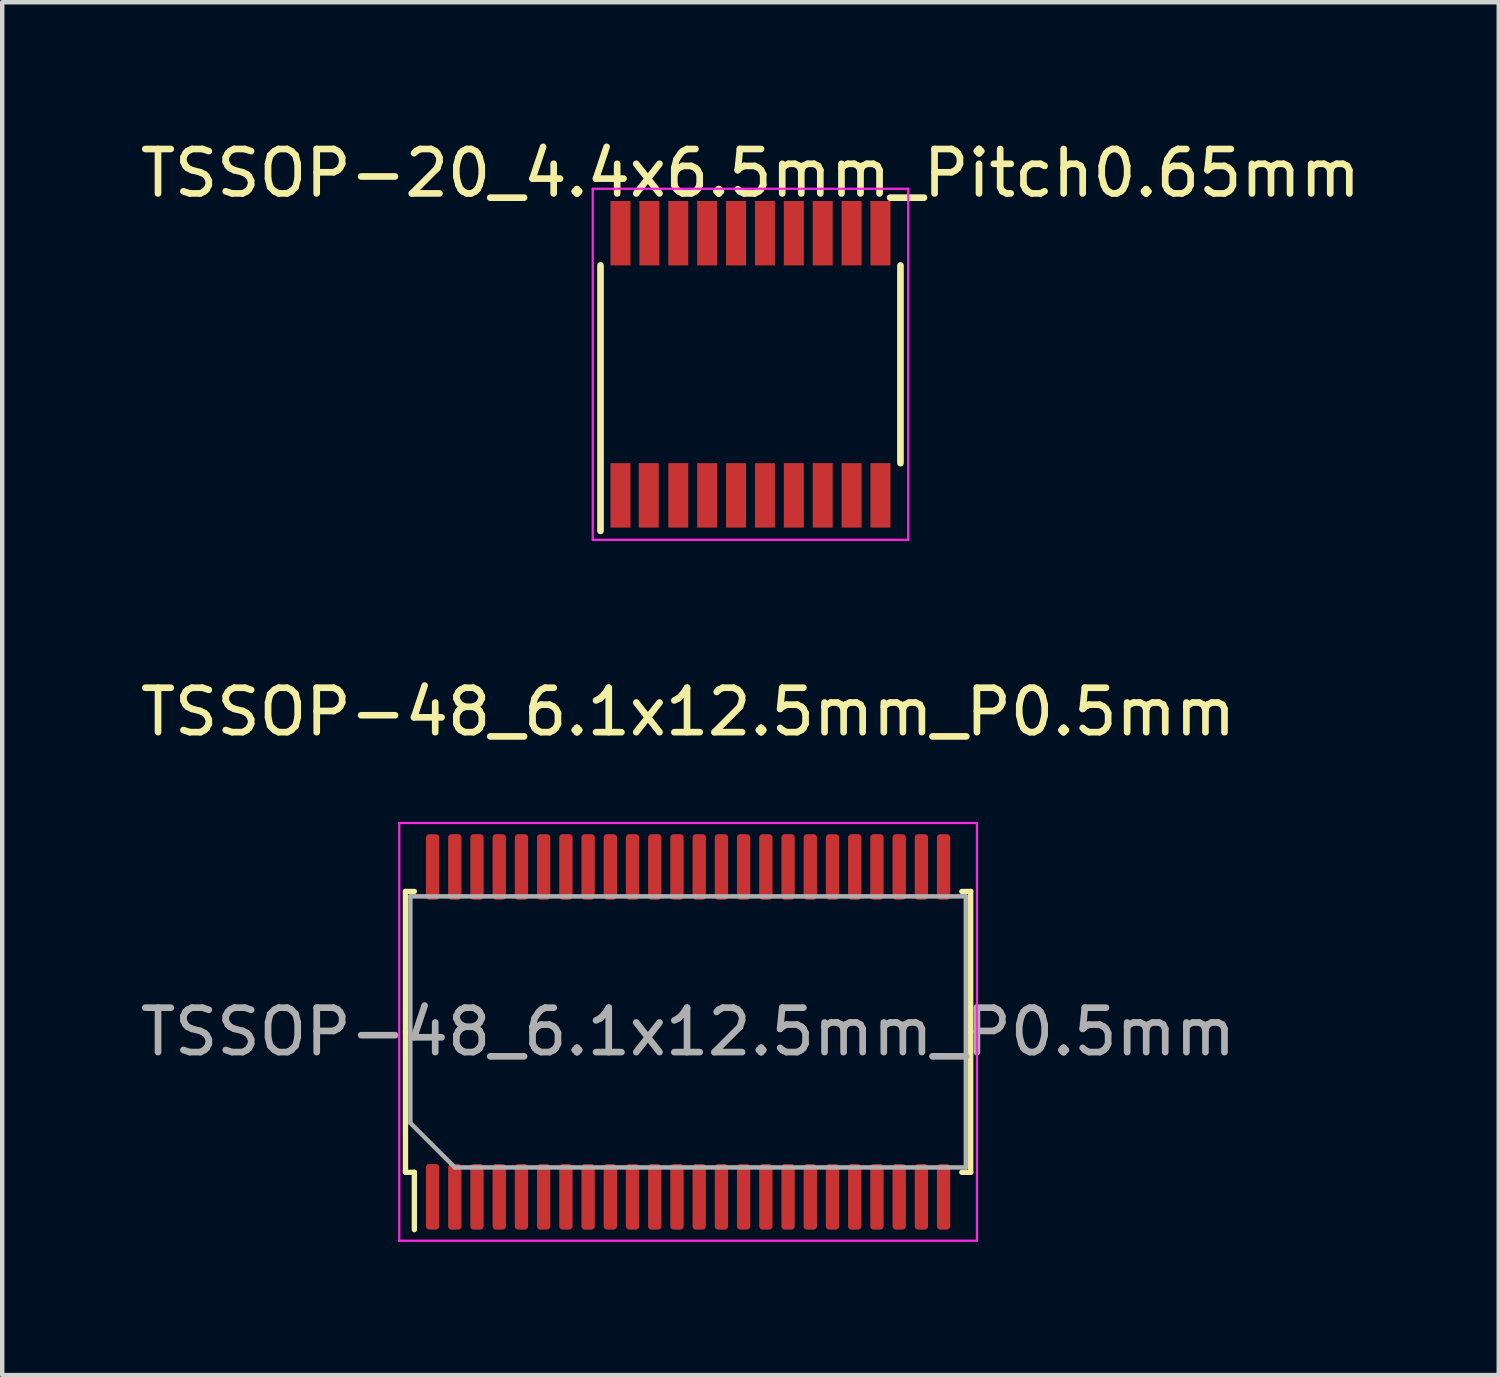
<source format=kicad_pcb>
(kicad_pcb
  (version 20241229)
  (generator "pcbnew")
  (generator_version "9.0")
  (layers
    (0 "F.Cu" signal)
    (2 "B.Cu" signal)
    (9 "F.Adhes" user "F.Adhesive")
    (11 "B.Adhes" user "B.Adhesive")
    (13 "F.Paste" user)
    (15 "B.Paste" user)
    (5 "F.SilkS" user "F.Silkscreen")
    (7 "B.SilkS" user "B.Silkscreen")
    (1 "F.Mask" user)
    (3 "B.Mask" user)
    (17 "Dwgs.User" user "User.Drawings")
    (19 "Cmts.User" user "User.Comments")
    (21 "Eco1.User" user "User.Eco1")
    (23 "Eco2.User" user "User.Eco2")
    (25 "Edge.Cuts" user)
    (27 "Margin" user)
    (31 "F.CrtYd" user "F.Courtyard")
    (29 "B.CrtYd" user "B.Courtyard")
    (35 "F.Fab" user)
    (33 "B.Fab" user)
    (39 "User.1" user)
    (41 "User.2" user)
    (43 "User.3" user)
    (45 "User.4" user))
  (footprint "TSSOP-20_4.4x6.5mm_Pitch0.65mm"
    (layer "F.Cu")
    (at 13.839 5.148)
    (property "Reference" "TSSOP-20_4.4x6.5mm_Pitch0.65mm" (at 0 -4.3 0) (layer "F.SilkS") (effects (font (size 1 1) (thickness 0.15))))
    (attr smd)
    (fp_line (start -3.375 3.75) (end -3.375 -2.225) (stroke (width 0.15) (type solid)) (layer "F.SilkS"))
    (fp_line (start 3.375 2.225) (end 3.375 -2.225) (stroke (width 0.15) (type solid)) (layer "F.SilkS"))
    (fp_line (start -3.55 -3.95) (end 3.55 -3.95) (stroke (width 0.05) (type solid)) (layer "F.CrtYd"))
    (fp_line (start -3.55 3.95) (end -3.55 -3.95) (stroke (width 0.05) (type solid)) (layer "F.CrtYd"))
    (fp_line (start -3.55 3.95) (end 3.55 3.95) (stroke (width 0.05) (type solid)) (layer "F.CrtYd"))
    (fp_line (start 3.55 3.95) (end 3.55 -3.95) (stroke (width 0.05) (type solid)) (layer "F.CrtYd"))
    (pad "1" smd rect (at -2.925 2.95 90) (size 1.45 0.45) (layers "F.Cu" "F.Mask" "F.Paste"))
    (pad "2" smd rect (at -2.29 2.95 90) (size 1.45 0.45) (layers "F.Cu" "F.Mask" "F.Paste"))
    (pad "3" smd rect (at -1.625 2.95 90) (size 1.45 0.45) (layers "F.Cu" "F.Mask" "F.Paste"))
    (pad "4" smd rect (at -0.975 2.95 90) (size 1.45 0.45) (layers "F.Cu" "F.Mask" "F.Paste"))
    (pad "5" smd rect (at -0.325 2.95 90) (size 1.45 0.45) (layers "F.Cu" "F.Mask" "F.Paste"))
    (pad "6" smd rect (at 0.325 2.95 90) (size 1.45 0.45) (layers "F.Cu" "F.Mask" "F.Paste"))
    (pad "7" smd rect (at 0.975 2.95 90) (size 1.45 0.45) (layers "F.Cu" "F.Mask" "F.Paste"))
    (pad "8" smd rect (at 1.625 2.95 90) (size 1.45 0.45) (layers "F.Cu" "F.Mask" "F.Paste"))
    (pad "9" smd rect (at 2.275 2.95 90) (size 1.45 0.45) (layers "F.Cu" "F.Mask" "F.Paste"))
    (pad "10" smd rect (at 2.925 2.95 90) (size 1.45 0.45) (layers "F.Cu" "F.Mask" "F.Paste"))
    (pad "11" smd rect (at 2.925 -2.95 90) (size 1.45 0.45) (layers "F.Cu" "F.Mask" "F.Paste"))
    (pad "12" smd rect (at 2.275 -2.95 90) (size 1.45 0.45) (layers "F.Cu" "F.Mask" "F.Paste"))
    (pad "13" smd rect (at 1.625 -2.95 90) (size 1.45 0.45) (layers "F.Cu" "F.Mask" "F.Paste"))
    (pad "14" smd rect (at 0.975 -2.95 90) (size 1.45 0.45) (layers "F.Cu" "F.Mask" "F.Paste"))
    (pad "15" smd rect (at 0.325 -2.95 90) (size 1.45 0.45) (layers "F.Cu" "F.Mask" "F.Paste"))
    (pad "16" smd rect (at -0.325 -2.95 90) (size 1.45 0.45) (layers "F.Cu" "F.Mask" "F.Paste"))
    (pad "17" smd rect (at -0.975 -2.95 90) (size 1.45 0.45) (layers "F.Cu" "F.Mask" "F.Paste"))
    (pad "18" smd rect (at -1.625 -2.95 90) (size 1.45 0.45) (layers "F.Cu" "F.Mask" "F.Paste"))
    (pad "19" smd rect (at -2.275 -2.95 90) (size 1.45 0.45) (layers "F.Cu" "F.Mask" "F.Paste"))
    (pad "20" smd rect (at -2.925 -2.95 90) (size 1.45 0.45) (layers "F.Cu" "F.Mask" "F.Paste")))
  (footprint "TSSOP-48_6.1x12.5mm_P0.5mm"
    (layer "F.Cu")
    (at 12.435 20.172)
    (property "Reference" "TSSOP-48_6.1x12.5mm_P0.5mm" (at 0 -7.2 0) (layer "F.SilkS") (effects (font (size 1 1) (thickness 0.15))))
    (attr smd)
    (fp_line (start -6.36 -3.16) (end -6.16 -3.16) (stroke (width 0.12) (type solid)) (layer "F.SilkS"))
    (fp_line (start -6.36 0) (end -6.36 -3.16) (stroke (width 0.12) (type solid)) (layer "F.SilkS"))
    (fp_line (start -6.36 0) (end -6.36 3.16) (stroke (width 0.12) (type solid)) (layer "F.SilkS"))
    (fp_line (start -6.36 3.16) (end -6.16 3.16) (stroke (width 0.12) (type solid)) (layer "F.SilkS"))
    (fp_line (start -6.16 3.16) (end -6.16 4.45) (stroke (width 0.12) (type solid)) (layer "F.SilkS"))
    (fp_line (start 6.36 -3.16) (end 6.16 -3.16) (stroke (width 0.12) (type solid)) (layer "F.SilkS"))
    (fp_line (start 6.36 0) (end 6.36 -3.16) (stroke (width 0.12) (type solid)) (layer "F.SilkS"))
    (fp_line (start 6.36 0) (end 6.36 3.16) (stroke (width 0.12) (type solid)) (layer "F.SilkS"))
    (fp_line (start 6.36 3.16) (end 6.16 3.16) (stroke (width 0.12) (type solid)) (layer "F.SilkS"))
    (fp_line (start -6.5 -4.7) (end -6.5 4.7) (stroke (width 0.05) (type solid)) (layer "F.CrtYd"))
    (fp_line (start -6.5 4.7) (end 6.5 4.7) (stroke (width 0.05) (type solid)) (layer "F.CrtYd"))
    (fp_line (start 6.5 -4.7) (end -6.5 -4.7) (stroke (width 0.05) (type solid)) (layer "F.CrtYd"))
    (fp_line (start 6.5 4.7) (end 6.5 -4.7) (stroke (width 0.05) (type solid)) (layer "F.CrtYd"))
    (fp_line (start -6.25 -3.05) (end 6.25 -3.05) (stroke (width 0.1) (type solid)) (layer "F.Fab"))
    (fp_line (start -6.25 2.05) (end -6.25 -3.05) (stroke (width 0.1) (type solid)) (layer "F.Fab"))
    (fp_line (start -5.25 3.05) (end -6.25 2.05) (stroke (width 0.1) (type solid)) (layer "F.Fab"))
    (fp_line (start 6.25 -3.05) (end 6.25 3.05) (stroke (width 0.1) (type solid)) (layer "F.Fab"))
    (fp_line (start 6.25 3.05) (end -5.25 3.05) (stroke (width 0.1) (type solid)) (layer "F.Fab"))
    (fp_text user "${REFERENCE}" (at 0 0 0) (layer "F.Fab") (effects (font (size 1 1) (thickness 0.15))))
    (pad "1" smd roundrect (at -5.75 3.712 90) (size 1.475 0.3) (layers "F.Cu" "F.Mask" "F.Paste") (roundrect_rratio 0.25))
    (pad "2" smd roundrect (at -5.25 3.712 90) (size 1.475 0.3) (layers "F.Cu" "F.Mask" "F.Paste") (roundrect_rratio 0.25))
    (pad "3" smd roundrect (at -4.75 3.712 90) (size 1.475 0.3) (layers "F.Cu" "F.Mask" "F.Paste") (roundrect_rratio 0.25))
    (pad "4" smd roundrect (at -4.25 3.712 90) (size 1.475 0.3) (layers "F.Cu" "F.Mask" "F.Paste") (roundrect_rratio 0.25))
    (pad "5" smd roundrect (at -3.75 3.712 90) (size 1.475 0.3) (layers "F.Cu" "F.Mask" "F.Paste") (roundrect_rratio 0.25))
    (pad "6" smd roundrect (at -3.25 3.712 90) (size 1.475 0.3) (layers "F.Cu" "F.Mask" "F.Paste") (roundrect_rratio 0.25))
    (pad "7" smd roundrect (at -2.75 3.712 90) (size 1.475 0.3) (layers "F.Cu" "F.Mask" "F.Paste") (roundrect_rratio 0.25))
    (pad "8" smd roundrect (at -2.25 3.712 90) (size 1.475 0.3) (layers "F.Cu" "F.Mask" "F.Paste") (roundrect_rratio 0.25))
    (pad "9" smd roundrect (at -1.75 3.712 90) (size 1.475 0.3) (layers "F.Cu" "F.Mask" "F.Paste") (roundrect_rratio 0.25))
    (pad "10" smd roundrect (at -1.25 3.712 90) (size 1.475 0.3) (layers "F.Cu" "F.Mask" "F.Paste") (roundrect_rratio 0.25))
    (pad "11" smd roundrect (at -0.75 3.712 90) (size 1.475 0.3) (layers "F.Cu" "F.Mask" "F.Paste") (roundrect_rratio 0.25))
    (pad "12" smd roundrect (at -0.25 3.712 90) (size 1.475 0.3) (layers "F.Cu" "F.Mask" "F.Paste") (roundrect_rratio 0.25))
    (pad "13" smd roundrect (at 0.25 3.712 90) (size 1.475 0.3) (layers "F.Cu" "F.Mask" "F.Paste") (roundrect_rratio 0.25))
    (pad "14" smd roundrect (at 0.75 3.712 90) (size 1.475 0.3) (layers "F.Cu" "F.Mask" "F.Paste") (roundrect_rratio 0.25))
    (pad "15" smd roundrect (at 1.25 3.712 90) (size 1.475 0.3) (layers "F.Cu" "F.Mask" "F.Paste") (roundrect_rratio 0.25))
    (pad "16" smd roundrect (at 1.75 3.712 90) (size 1.475 0.3) (layers "F.Cu" "F.Mask" "F.Paste") (roundrect_rratio 0.25))
    (pad "17" smd roundrect (at 2.25 3.712 90) (size 1.475 0.3) (layers "F.Cu" "F.Mask" "F.Paste") (roundrect_rratio 0.25))
    (pad "18" smd roundrect (at 2.75 3.712 90) (size 1.475 0.3) (layers "F.Cu" "F.Mask" "F.Paste") (roundrect_rratio 0.25))
    (pad "19" smd roundrect (at 3.25 3.712 90) (size 1.475 0.3) (layers "F.Cu" "F.Mask" "F.Paste") (roundrect_rratio 0.25))
    (pad "20" smd roundrect (at 3.75 3.712 90) (size 1.475 0.3) (layers "F.Cu" "F.Mask" "F.Paste") (roundrect_rratio 0.25))
    (pad "21" smd roundrect (at 4.25 3.712 90) (size 1.475 0.3) (layers "F.Cu" "F.Mask" "F.Paste") (roundrect_rratio 0.25))
    (pad "22" smd roundrect (at 4.75 3.712 90) (size 1.475 0.3) (layers "F.Cu" "F.Mask" "F.Paste") (roundrect_rratio 0.25))
    (pad "23" smd roundrect (at 5.25 3.712 90) (size 1.475 0.3) (layers "F.Cu" "F.Mask" "F.Paste") (roundrect_rratio 0.25))
    (pad "24" smd roundrect (at 5.75 3.712 90) (size 1.475 0.3) (layers "F.Cu" "F.Mask" "F.Paste") (roundrect_rratio 0.25))
    (pad "25" smd roundrect (at 5.75 -3.712 90) (size 1.475 0.3) (layers "F.Cu" "F.Mask" "F.Paste") (roundrect_rratio 0.25))
    (pad "26" smd roundrect (at 5.25 -3.712 90) (size 1.475 0.3) (layers "F.Cu" "F.Mask" "F.Paste") (roundrect_rratio 0.25))
    (pad "27" smd roundrect (at 4.75 -3.712 90) (size 1.475 0.3) (layers "F.Cu" "F.Mask" "F.Paste") (roundrect_rratio 0.25))
    (pad "28" smd roundrect (at 4.25 -3.712 90) (size 1.475 0.3) (layers "F.Cu" "F.Mask" "F.Paste") (roundrect_rratio 0.25))
    (pad "29" smd roundrect (at 3.75 -3.712 90) (size 1.475 0.3) (layers "F.Cu" "F.Mask" "F.Paste") (roundrect_rratio 0.25))
    (pad "30" smd roundrect (at 3.25 -3.712 90) (size 1.475 0.3) (layers "F.Cu" "F.Mask" "F.Paste") (roundrect_rratio 0.25))
    (pad "31" smd roundrect (at 2.75 -3.712 90) (size 1.475 0.3) (layers "F.Cu" "F.Mask" "F.Paste") (roundrect_rratio 0.25))
    (pad "32" smd roundrect (at 2.25 -3.712 90) (size 1.475 0.3) (layers "F.Cu" "F.Mask" "F.Paste") (roundrect_rratio 0.25))
    (pad "33" smd roundrect (at 1.75 -3.712 90) (size 1.475 0.3) (layers "F.Cu" "F.Mask" "F.Paste") (roundrect_rratio 0.25))
    (pad "34" smd roundrect (at 1.25 -3.712 90) (size 1.475 0.3) (layers "F.Cu" "F.Mask" "F.Paste") (roundrect_rratio 0.25))
    (pad "35" smd roundrect (at 0.75 -3.712 90) (size 1.475 0.3) (layers "F.Cu" "F.Mask" "F.Paste") (roundrect_rratio 0.25))
    (pad "36" smd roundrect (at 0.25 -3.712 90) (size 1.475 0.3) (layers "F.Cu" "F.Mask" "F.Paste") (roundrect_rratio 0.25))
    (pad "37" smd roundrect (at -0.25 -3.712 90) (size 1.475 0.3) (layers "F.Cu" "F.Mask" "F.Paste") (roundrect_rratio 0.25))
    (pad "38" smd roundrect (at -0.75 -3.712 90) (size 1.475 0.3) (layers "F.Cu" "F.Mask" "F.Paste") (roundrect_rratio 0.25))
    (pad "39" smd roundrect (at -1.25 -3.712 90) (size 1.475 0.3) (layers "F.Cu" "F.Mask" "F.Paste") (roundrect_rratio 0.25))
    (pad "40" smd roundrect (at -1.75 -3.712 90) (size 1.475 0.3) (layers "F.Cu" "F.Mask" "F.Paste") (roundrect_rratio 0.25))
    (pad "41" smd roundrect (at -2.25 -3.712 90) (size 1.475 0.3) (layers "F.Cu" "F.Mask" "F.Paste") (roundrect_rratio 0.25))
    (pad "42" smd roundrect (at -2.75 -3.712 90) (size 1.475 0.3) (layers "F.Cu" "F.Mask" "F.Paste") (roundrect_rratio 0.25))
    (pad "43" smd roundrect (at -3.25 -3.712 90) (size 1.475 0.3) (layers "F.Cu" "F.Mask" "F.Paste") (roundrect_rratio 0.25))
    (pad "44" smd roundrect (at -3.75 -3.712 90) (size 1.475 0.3) (layers "F.Cu" "F.Mask" "F.Paste") (roundrect_rratio 0.25))
    (pad "45" smd roundrect (at -4.25 -3.712 90) (size 1.475 0.3) (layers "F.Cu" "F.Mask" "F.Paste") (roundrect_rratio 0.25))
    (pad "46" smd roundrect (at -4.75 -3.712 90) (size 1.475 0.3) (layers "F.Cu" "F.Mask" "F.Paste") (roundrect_rratio 0.25))
    (pad "47" smd roundrect (at -5.25 -3.712 90) (size 1.475 0.3) (layers "F.Cu" "F.Mask" "F.Paste") (roundrect_rratio 0.25))
    (pad "48" smd roundrect (at -5.75 -3.712 90) (size 1.475 0.3) (layers "F.Cu" "F.Mask" "F.Paste") (roundrect_rratio 0.25)))
  (gr_rect
    (start -3 -3)
    (end 30.679 27.896)
    (stroke (width 0.1) (type default))
    (fill no)
    (layer "Edge.Cuts")))
</source>
